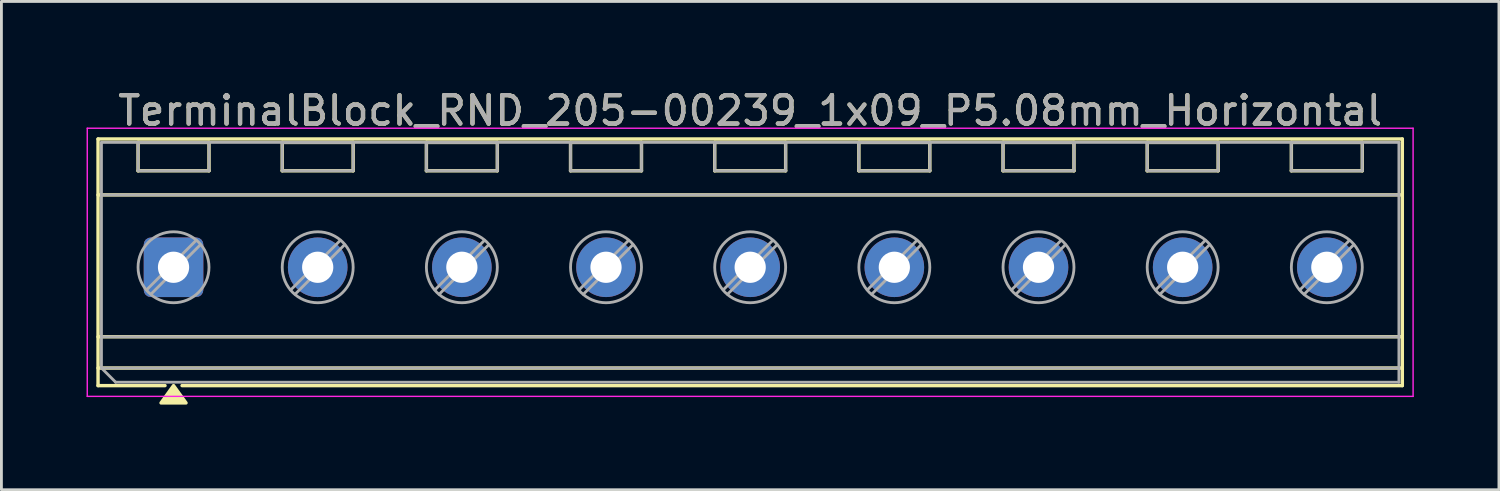
<source format=kicad_pcb>
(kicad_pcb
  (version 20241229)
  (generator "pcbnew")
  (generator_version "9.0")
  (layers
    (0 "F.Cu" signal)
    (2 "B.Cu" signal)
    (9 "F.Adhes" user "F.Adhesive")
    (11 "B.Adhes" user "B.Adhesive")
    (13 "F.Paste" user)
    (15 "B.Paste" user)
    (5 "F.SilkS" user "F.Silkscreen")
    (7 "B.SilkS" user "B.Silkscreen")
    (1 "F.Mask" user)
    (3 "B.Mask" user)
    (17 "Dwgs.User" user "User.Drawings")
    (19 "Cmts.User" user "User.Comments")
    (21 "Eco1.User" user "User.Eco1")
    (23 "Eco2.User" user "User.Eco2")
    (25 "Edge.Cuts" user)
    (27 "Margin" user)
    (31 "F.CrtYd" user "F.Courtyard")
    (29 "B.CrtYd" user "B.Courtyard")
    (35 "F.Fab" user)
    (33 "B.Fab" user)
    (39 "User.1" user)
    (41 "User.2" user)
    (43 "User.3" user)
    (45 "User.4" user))
  (footprint "TerminalBlock_RND_205-00239_1x09_P5.08mm_Horizontal"
    (layer "F.Cu")
    (at 3.065 6.368)
    (property "Reference" "TerminalBlock_RND_205-00239_1x09_P5.08mm_Horizontal" (at 20.32 -5.52 0) (layer "F.SilkS") (effects (font (size 1 1) (thickness 0.15))))
    (attr through_hole)
    (fp_line (start -2.66 -4.52) (end -2.66 4.17) (stroke (width 0.12) (type solid)) (layer "F.SilkS"))
    (fp_line (start -2.66 -4.52) (end 43.3 -4.52) (stroke (width 0.12) (type solid)) (layer "F.SilkS"))
    (fp_line (start -2.66 -2.55) (end 43.3 -2.55) (stroke (width 0.12) (type solid)) (layer "F.SilkS"))
    (fp_line (start -2.66 2.45) (end 43.3 2.45) (stroke (width 0.12) (type solid)) (layer "F.SilkS"))
    (fp_line (start -2.66 3.55) (end 43.3 3.55) (stroke (width 0.12) (type solid)) (layer "F.SilkS"))
    (fp_line (start -2.66 4.17) (end -0.3 4.17) (stroke (width 0.12) (type solid)) (layer "F.SilkS"))
    (fp_line (start -1.25 -4.4) (end -1.25 -3.4) (stroke (width 0.12) (type solid)) (layer "F.SilkS"))
    (fp_line (start -1.25 -4.4) (end 1.25 -4.4) (stroke (width 0.12) (type solid)) (layer "F.SilkS"))
    (fp_line (start -1.25 -3.4) (end 1.25 -3.4) (stroke (width 0.12) (type solid)) (layer "F.SilkS"))
    (fp_line (start 0.3 4.17) (end 43.3 4.17) (stroke (width 0.12) (type solid)) (layer "F.SilkS"))
    (fp_line (start 1.25 -4.4) (end 1.25 -3.4) (stroke (width 0.12) (type solid)) (layer "F.SilkS"))
    (fp_line (start 3.83 -4.4) (end 3.83 -3.4) (stroke (width 0.12) (type solid)) (layer "F.SilkS"))
    (fp_line (start 3.83 -4.4) (end 6.33 -4.4) (stroke (width 0.12) (type solid)) (layer "F.SilkS"))
    (fp_line (start 3.83 -3.4) (end 6.33 -3.4) (stroke (width 0.12) (type solid)) (layer "F.SilkS"))
    (fp_line (start 6.33 -4.4) (end 6.33 -3.4) (stroke (width 0.12) (type solid)) (layer "F.SilkS"))
    (fp_line (start 8.91 -4.4) (end 8.91 -3.4) (stroke (width 0.12) (type solid)) (layer "F.SilkS"))
    (fp_line (start 8.91 -4.4) (end 11.41 -4.4) (stroke (width 0.12) (type solid)) (layer "F.SilkS"))
    (fp_line (start 8.91 -3.4) (end 11.41 -3.4) (stroke (width 0.12) (type solid)) (layer "F.SilkS"))
    (fp_line (start 11.41 -4.4) (end 11.41 -3.4) (stroke (width 0.12) (type solid)) (layer "F.SilkS"))
    (fp_line (start 13.99 -4.4) (end 13.99 -3.4) (stroke (width 0.12) (type solid)) (layer "F.SilkS"))
    (fp_line (start 13.99 -4.4) (end 16.49 -4.4) (stroke (width 0.12) (type solid)) (layer "F.SilkS"))
    (fp_line (start 13.99 -3.4) (end 16.49 -3.4) (stroke (width 0.12) (type solid)) (layer "F.SilkS"))
    (fp_line (start 16.49 -4.4) (end 16.49 -3.4) (stroke (width 0.12) (type solid)) (layer "F.SilkS"))
    (fp_line (start 19.07 -4.4) (end 19.07 -3.4) (stroke (width 0.12) (type solid)) (layer "F.SilkS"))
    (fp_line (start 19.07 -4.4) (end 21.57 -4.4) (stroke (width 0.12) (type solid)) (layer "F.SilkS"))
    (fp_line (start 19.07 -3.4) (end 21.57 -3.4) (stroke (width 0.12) (type solid)) (layer "F.SilkS"))
    (fp_line (start 21.57 -4.4) (end 21.57 -3.4) (stroke (width 0.12) (type solid)) (layer "F.SilkS"))
    (fp_line (start 24.15 -4.4) (end 24.15 -3.4) (stroke (width 0.12) (type solid)) (layer "F.SilkS"))
    (fp_line (start 24.15 -4.4) (end 26.65 -4.4) (stroke (width 0.12) (type solid)) (layer "F.SilkS"))
    (fp_line (start 24.15 -3.4) (end 26.65 -3.4) (stroke (width 0.12) (type solid)) (layer "F.SilkS"))
    (fp_line (start 26.65 -4.4) (end 26.65 -3.4) (stroke (width 0.12) (type solid)) (layer "F.SilkS"))
    (fp_line (start 29.23 -4.4) (end 29.23 -3.4) (stroke (width 0.12) (type solid)) (layer "F.SilkS"))
    (fp_line (start 29.23 -4.4) (end 31.73 -4.4) (stroke (width 0.12) (type solid)) (layer "F.SilkS"))
    (fp_line (start 29.23 -3.4) (end 31.73 -3.4) (stroke (width 0.12) (type solid)) (layer "F.SilkS"))
    (fp_line (start 31.73 -4.4) (end 31.73 -3.4) (stroke (width 0.12) (type solid)) (layer "F.SilkS"))
    (fp_line (start 34.31 -4.4) (end 34.31 -3.4) (stroke (width 0.12) (type solid)) (layer "F.SilkS"))
    (fp_line (start 34.31 -4.4) (end 36.81 -4.4) (stroke (width 0.12) (type solid)) (layer "F.SilkS"))
    (fp_line (start 34.31 -3.4) (end 36.81 -3.4) (stroke (width 0.12) (type solid)) (layer "F.SilkS"))
    (fp_line (start 36.81 -4.4) (end 36.81 -3.4) (stroke (width 0.12) (type solid)) (layer "F.SilkS"))
    (fp_line (start 39.39 -4.4) (end 39.39 -3.4) (stroke (width 0.12) (type solid)) (layer "F.SilkS"))
    (fp_line (start 39.39 -4.4) (end 41.89 -4.4) (stroke (width 0.12) (type solid)) (layer "F.SilkS"))
    (fp_line (start 39.39 -3.4) (end 41.89 -3.4) (stroke (width 0.12) (type solid)) (layer "F.SilkS"))
    (fp_line (start 41.89 -4.4) (end 41.89 -3.4) (stroke (width 0.12) (type solid)) (layer "F.SilkS"))
    (fp_line (start 43.3 -4.52) (end 43.3 4.17) (stroke (width 0.12) (type solid)) (layer "F.SilkS"))
    (fp_poly (pts (xy 0 4.17) (xy 0.44 4.78) (xy -0.44 4.78)) (stroke (width 0.12) (type solid)) (fill yes) (layer "F.SilkS"))
    (fp_line (start -3.04 -4.9) (end -3.04 4.55) (stroke (width 0.05) (type solid)) (layer "F.CrtYd"))
    (fp_line (start -3.04 4.55) (end 43.68 4.55) (stroke (width 0.05) (type solid)) (layer "F.CrtYd"))
    (fp_line (start 43.68 -4.9) (end -3.04 -4.9) (stroke (width 0.05) (type solid)) (layer "F.CrtYd"))
    (fp_line (start 43.68 4.55) (end 43.68 -4.9) (stroke (width 0.05) (type solid)) (layer "F.CrtYd"))
    (fp_line (start -2.54 -4.4) (end 43.18 -4.4) (stroke (width 0.1) (type solid)) (layer "F.Fab"))
    (fp_line (start -2.54 -2.55) (end 43.18 -2.55) (stroke (width 0.1) (type solid)) (layer "F.Fab"))
    (fp_line (start -2.54 2.45) (end 43.18 2.45) (stroke (width 0.1) (type solid)) (layer "F.Fab"))
    (fp_line (start -2.54 3.55) (end -2.54 -4.4) (stroke (width 0.1) (type solid)) (layer "F.Fab"))
    (fp_line (start -2.54 3.55) (end 43.18 3.55) (stroke (width 0.1) (type solid)) (layer "F.Fab"))
    (fp_line (start -2.04 4.05) (end -2.54 3.55) (stroke (width 0.1) (type solid)) (layer "F.Fab"))
    (fp_line (start -1.25 -4.4) (end -1.25 -3.4) (stroke (width 0.1) (type solid)) (layer "F.Fab"))
    (fp_line (start -1.25 -3.4) (end 1.25 -3.4) (stroke (width 0.1) (type solid)) (layer "F.Fab"))
    (fp_line (start 0.796 -0.948) (end -0.948 0.795) (stroke (width 0.1) (type solid)) (layer "F.Fab"))
    (fp_line (start 0.948 -0.795) (end -0.796 0.948) (stroke (width 0.1) (type solid)) (layer "F.Fab"))
    (fp_line (start 1.25 -4.4) (end -1.25 -4.4) (stroke (width 0.1) (type solid)) (layer "F.Fab"))
    (fp_line (start 1.25 -3.4) (end 1.25 -4.4) (stroke (width 0.1) (type solid)) (layer "F.Fab"))
    (fp_line (start 3.83 -4.4) (end 3.83 -3.4) (stroke (width 0.1) (type solid)) (layer "F.Fab"))
    (fp_line (start 3.83 -3.4) (end 6.33 -3.4) (stroke (width 0.1) (type solid)) (layer "F.Fab"))
    (fp_line (start 5.876 -0.948) (end 4.132 0.795) (stroke (width 0.1) (type solid)) (layer "F.Fab"))
    (fp_line (start 6.028 -0.795) (end 4.284 0.948) (stroke (width 0.1) (type solid)) (layer "F.Fab"))
    (fp_line (start 6.33 -4.4) (end 3.83 -4.4) (stroke (width 0.1) (type solid)) (layer "F.Fab"))
    (fp_line (start 6.33 -3.4) (end 6.33 -4.4) (stroke (width 0.1) (type solid)) (layer "F.Fab"))
    (fp_line (start 8.91 -4.4) (end 8.91 -3.4) (stroke (width 0.1) (type solid)) (layer "F.Fab"))
    (fp_line (start 8.91 -3.4) (end 11.41 -3.4) (stroke (width 0.1) (type solid)) (layer "F.Fab"))
    (fp_line (start 10.956 -0.948) (end 9.212 0.795) (stroke (width 0.1) (type solid)) (layer "F.Fab"))
    (fp_line (start 11.108 -0.795) (end 9.364 0.948) (stroke (width 0.1) (type solid)) (layer "F.Fab"))
    (fp_line (start 11.41 -4.4) (end 8.91 -4.4) (stroke (width 0.1) (type solid)) (layer "F.Fab"))
    (fp_line (start 11.41 -3.4) (end 11.41 -4.4) (stroke (width 0.1) (type solid)) (layer "F.Fab"))
    (fp_line (start 13.99 -4.4) (end 13.99 -3.4) (stroke (width 0.1) (type solid)) (layer "F.Fab"))
    (fp_line (start 13.99 -3.4) (end 16.49 -3.4) (stroke (width 0.1) (type solid)) (layer "F.Fab"))
    (fp_line (start 16.036 -0.948) (end 14.292 0.795) (stroke (width 0.1) (type solid)) (layer "F.Fab"))
    (fp_line (start 16.188 -0.795) (end 14.444 0.948) (stroke (width 0.1) (type solid)) (layer "F.Fab"))
    (fp_line (start 16.49 -4.4) (end 13.99 -4.4) (stroke (width 0.1) (type solid)) (layer "F.Fab"))
    (fp_line (start 16.49 -3.4) (end 16.49 -4.4) (stroke (width 0.1) (type solid)) (layer "F.Fab"))
    (fp_line (start 19.07 -4.4) (end 19.07 -3.4) (stroke (width 0.1) (type solid)) (layer "F.Fab"))
    (fp_line (start 19.07 -3.4) (end 21.57 -3.4) (stroke (width 0.1) (type solid)) (layer "F.Fab"))
    (fp_line (start 21.116 -0.948) (end 19.372 0.795) (stroke (width 0.1) (type solid)) (layer "F.Fab"))
    (fp_line (start 21.268 -0.795) (end 19.524 0.948) (stroke (width 0.1) (type solid)) (layer "F.Fab"))
    (fp_line (start 21.57 -4.4) (end 19.07 -4.4) (stroke (width 0.1) (type solid)) (layer "F.Fab"))
    (fp_line (start 21.57 -3.4) (end 21.57 -4.4) (stroke (width 0.1) (type solid)) (layer "F.Fab"))
    (fp_line (start 24.15 -4.4) (end 24.15 -3.4) (stroke (width 0.1) (type solid)) (layer "F.Fab"))
    (fp_line (start 24.15 -3.4) (end 26.65 -3.4) (stroke (width 0.1) (type solid)) (layer "F.Fab"))
    (fp_line (start 26.196 -0.948) (end 24.452 0.795) (stroke (width 0.1) (type solid)) (layer "F.Fab"))
    (fp_line (start 26.348 -0.795) (end 24.604 0.948) (stroke (width 0.1) (type solid)) (layer "F.Fab"))
    (fp_line (start 26.65 -4.4) (end 24.15 -4.4) (stroke (width 0.1) (type solid)) (layer "F.Fab"))
    (fp_line (start 26.65 -3.4) (end 26.65 -4.4) (stroke (width 0.1) (type solid)) (layer "F.Fab"))
    (fp_line (start 29.23 -4.4) (end 29.23 -3.4) (stroke (width 0.1) (type solid)) (layer "F.Fab"))
    (fp_line (start 29.23 -3.4) (end 31.73 -3.4) (stroke (width 0.1) (type solid)) (layer "F.Fab"))
    (fp_line (start 31.276 -0.948) (end 29.532 0.795) (stroke (width 0.1) (type solid)) (layer "F.Fab"))
    (fp_line (start 31.428 -0.795) (end 29.684 0.948) (stroke (width 0.1) (type solid)) (layer "F.Fab"))
    (fp_line (start 31.73 -4.4) (end 29.23 -4.4) (stroke (width 0.1) (type solid)) (layer "F.Fab"))
    (fp_line (start 31.73 -3.4) (end 31.73 -4.4) (stroke (width 0.1) (type solid)) (layer "F.Fab"))
    (fp_line (start 34.31 -4.4) (end 34.31 -3.4) (stroke (width 0.1) (type solid)) (layer "F.Fab"))
    (fp_line (start 34.31 -3.4) (end 36.81 -3.4) (stroke (width 0.1) (type solid)) (layer "F.Fab"))
    (fp_line (start 36.356 -0.948) (end 34.612 0.795) (stroke (width 0.1) (type solid)) (layer "F.Fab"))
    (fp_line (start 36.508 -0.795) (end 34.764 0.948) (stroke (width 0.1) (type solid)) (layer "F.Fab"))
    (fp_line (start 36.81 -4.4) (end 34.31 -4.4) (stroke (width 0.1) (type solid)) (layer "F.Fab"))
    (fp_line (start 36.81 -3.4) (end 36.81 -4.4) (stroke (width 0.1) (type solid)) (layer "F.Fab"))
    (fp_line (start 39.39 -4.4) (end 39.39 -3.4) (stroke (width 0.1) (type solid)) (layer "F.Fab"))
    (fp_line (start 39.39 -3.4) (end 41.89 -3.4) (stroke (width 0.1) (type solid)) (layer "F.Fab"))
    (fp_line (start 41.436 -0.948) (end 39.692 0.795) (stroke (width 0.1) (type solid)) (layer "F.Fab"))
    (fp_line (start 41.588 -0.795) (end 39.844 0.948) (stroke (width 0.1) (type solid)) (layer "F.Fab"))
    (fp_line (start 41.89 -4.4) (end 39.39 -4.4) (stroke (width 0.1) (type solid)) (layer "F.Fab"))
    (fp_line (start 41.89 -3.4) (end 41.89 -4.4) (stroke (width 0.1) (type solid)) (layer "F.Fab"))
    (fp_line (start 43.18 -4.4) (end 43.18 4.05) (stroke (width 0.1) (type solid)) (layer "F.Fab"))
    (fp_line (start 43.18 4.05) (end -2.04 4.05) (stroke (width 0.1) (type solid)) (layer "F.Fab"))
    (fp_circle (center 0 0) (end 1.25 0) (stroke (width 0.1) (type solid)) (fill no) (layer "F.Fab"))
    (fp_circle (center 5.08 0) (end 6.33 0) (stroke (width 0.1) (type solid)) (fill no) (layer "F.Fab"))
    (fp_circle (center 10.16 0) (end 11.41 0) (stroke (width 0.1) (type solid)) (fill no) (layer "F.Fab"))
    (fp_circle (center 15.24 0) (end 16.49 0) (stroke (width 0.1) (type solid)) (fill no) (layer "F.Fab"))
    (fp_circle (center 20.32 0) (end 21.57 0) (stroke (width 0.1) (type solid)) (fill no) (layer "F.Fab"))
    (fp_circle (center 25.4 0) (end 26.65 0) (stroke (width 0.1) (type solid)) (fill no) (layer "F.Fab"))
    (fp_circle (center 30.48 0) (end 31.73 0) (stroke (width 0.1) (type solid)) (fill no) (layer "F.Fab"))
    (fp_circle (center 35.56 0) (end 36.81 0) (stroke (width 0.1) (type solid)) (fill no) (layer "F.Fab"))
    (fp_circle (center 40.64 0) (end 41.89 0) (stroke (width 0.1) (type solid)) (fill no) (layer "F.Fab"))
    (fp_text user "${REFERENCE}" (at 20.32 -5.52 0) (layer "F.Fab") (effects (font (size 1 1) (thickness 0.15))))
    (pad "1" thru_hole roundrect (at 0 0) (size 2.1 2.1) (drill 1.1) (layers "*.Cu" "*.Mask") (roundrect_rratio 0.119))
    (pad "2" thru_hole circle (at 5.08 0) (size 2.1 2.1) (drill 1.1) (layers "*.Cu" "*.Mask"))
    (pad "3" thru_hole circle (at 10.16 0) (size 2.1 2.1) (drill 1.1) (layers "*.Cu" "*.Mask"))
    (pad "4" thru_hole circle (at 15.24 0) (size 2.1 2.1) (drill 1.1) (layers "*.Cu" "*.Mask"))
    (pad "5" thru_hole circle (at 20.32 0) (size 2.1 2.1) (drill 1.1) (layers "*.Cu" "*.Mask"))
    (pad "6" thru_hole circle (at 25.4 0) (size 2.1 2.1) (drill 1.1) (layers "*.Cu" "*.Mask"))
    (pad "7" thru_hole circle (at 30.48 0) (size 2.1 2.1) (drill 1.1) (layers "*.Cu" "*.Mask"))
    (pad "8" thru_hole circle (at 35.56 0) (size 2.1 2.1) (drill 1.1) (layers "*.Cu" "*.Mask"))
    (pad "9" thru_hole circle (at 40.64 0) (size 2.1 2.1) (drill 1.1) (layers "*.Cu" "*.Mask")))
  (gr_rect
    (start -3 -3)
    (end 49.77 14.208)
    (stroke (width 0.1) (type default))
    (fill no)
    (layer "Edge.Cuts")))
</source>
